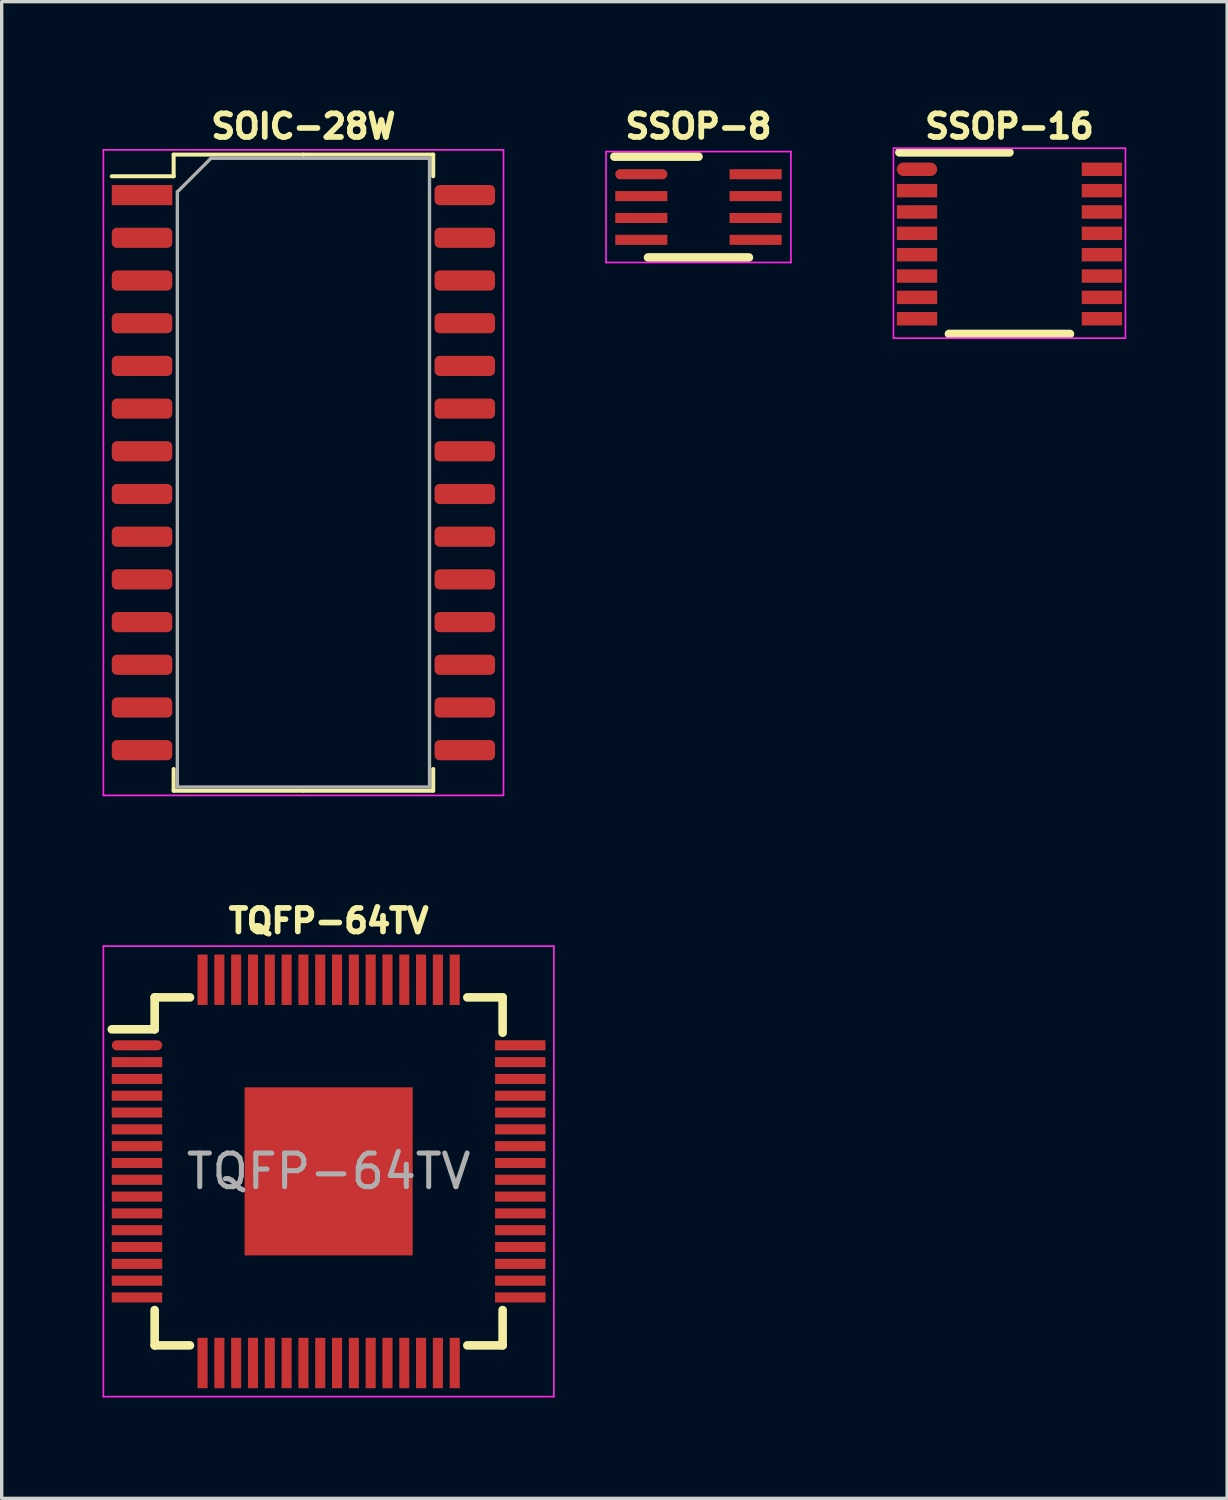
<source format=kicad_pcb>
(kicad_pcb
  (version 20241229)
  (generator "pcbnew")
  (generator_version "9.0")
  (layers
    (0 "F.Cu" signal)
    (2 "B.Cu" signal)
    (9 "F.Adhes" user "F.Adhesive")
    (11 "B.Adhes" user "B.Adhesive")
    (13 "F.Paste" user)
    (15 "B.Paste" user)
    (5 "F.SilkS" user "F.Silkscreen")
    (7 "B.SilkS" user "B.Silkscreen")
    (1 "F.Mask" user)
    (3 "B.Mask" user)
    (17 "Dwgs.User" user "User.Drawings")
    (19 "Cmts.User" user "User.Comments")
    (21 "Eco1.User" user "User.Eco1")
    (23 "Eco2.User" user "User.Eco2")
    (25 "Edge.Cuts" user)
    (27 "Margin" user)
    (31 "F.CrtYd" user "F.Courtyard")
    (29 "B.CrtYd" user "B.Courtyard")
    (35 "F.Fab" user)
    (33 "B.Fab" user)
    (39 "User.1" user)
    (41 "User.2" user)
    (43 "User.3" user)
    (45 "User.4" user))
  (footprint "TQFP-64TV"
    (layer "F.Cu")
    (at 6.725 31.791)
    (property "Reference" "TQFP-64TV" (at 0 -7.45 0) (layer "F.SilkS") (effects (font (size 0.7 0.7) (thickness 0.17))))
    (attr smd)
    (fp_line (start -5.175 -5.175) (end -5.175 -4.225) (stroke (width 0.256) (type solid)) (layer "F.SilkS"))
    (fp_line (start -5.175 -5.175) (end -4.125 -5.175) (stroke (width 0.256) (type solid)) (layer "F.SilkS"))
    (fp_line (start -5.175 -4.225) (end -6.45 -4.225) (stroke (width 0.256) (type solid)) (layer "F.SilkS"))
    (fp_line (start -5.175 5.175) (end -5.175 4.125) (stroke (width 0.256) (type solid)) (layer "F.SilkS"))
    (fp_line (start -5.175 5.175) (end -4.125 5.175) (stroke (width 0.256) (type solid)) (layer "F.SilkS"))
    (fp_line (start 5.175 -5.175) (end 4.125 -5.175) (stroke (width 0.256) (type solid)) (layer "F.SilkS"))
    (fp_line (start 5.175 -5.175) (end 5.175 -4.125) (stroke (width 0.256) (type solid)) (layer "F.SilkS"))
    (fp_line (start 5.175 5.175) (end 4.125 5.175) (stroke (width 0.256) (type solid)) (layer "F.SilkS"))
    (fp_line (start 5.175 5.175) (end 5.175 4.125) (stroke (width 0.256) (type solid)) (layer "F.SilkS"))
    (fp_line (start -6.7 -6.7) (end -6.7 6.7) (stroke (width 0.05) (type solid)) (layer "F.CrtYd"))
    (fp_line (start -6.7 -6.7) (end 6.7 -6.7) (stroke (width 0.05) (type solid)) (layer "F.CrtYd"))
    (fp_line (start -6.7 6.7) (end 6.7 6.7) (stroke (width 0.05) (type solid)) (layer "F.CrtYd"))
    (fp_line (start 6.7 -6.7) (end 6.7 6.7) (stroke (width 0.05) (type solid)) (layer "F.CrtYd"))
    (fp_text user "${REFERENCE}" (at 0 0 0) (layer "F.Fab") (effects (font (size 1 1) (thickness 0.15))))
    (pad "" smd rect (at -1.6 -1.6) (size 1.24 1.24) (layers "F.Paste"))
    (pad "" smd rect (at -1.6 0) (size 1.24 1.24) (layers "F.Paste"))
    (pad "" smd rect (at -1.6 1.6) (size 1.24 1.24) (layers "F.Paste"))
    (pad "" smd rect (at 0 -1.6) (size 1.24 1.24) (layers "F.Paste"))
    (pad "" smd rect (at 0 0) (size 1.24 1.24) (layers "F.Paste"))
    (pad "" smd rect (at 0 1.6) (size 1.24 1.24) (layers "F.Paste"))
    (pad "" smd rect (at 1.6 -1.6) (size 1.24 1.24) (layers "F.Paste"))
    (pad "" smd rect (at 1.6 0) (size 1.24 1.24) (layers "F.Paste"))
    (pad "" smd rect (at 1.6 1.6) (size 1.24 1.24) (layers "F.Paste"))
    (pad "1" smd oval (at -5.7 -3.75) (size 1.5 0.3) (layers "F.Cu" "F.Mask" "F.Paste"))
    (pad "2" smd rect (at -5.7 -3.25) (size 1.5 0.3) (layers "F.Cu" "F.Mask" "F.Paste"))
    (pad "3" smd rect (at -5.7 -2.75) (size 1.5 0.3) (layers "F.Cu" "F.Mask" "F.Paste"))
    (pad "4" smd rect (at -5.7 -2.25) (size 1.5 0.3) (layers "F.Cu" "F.Mask" "F.Paste"))
    (pad "5" smd rect (at -5.7 -1.75) (size 1.5 0.3) (layers "F.Cu" "F.Mask" "F.Paste"))
    (pad "6" smd rect (at -5.7 -1.25) (size 1.5 0.3) (layers "F.Cu" "F.Mask" "F.Paste"))
    (pad "7" smd rect (at -5.7 -0.75) (size 1.5 0.3) (layers "F.Cu" "F.Mask" "F.Paste"))
    (pad "8" smd rect (at -5.7 -0.25) (size 1.5 0.3) (layers "F.Cu" "F.Mask" "F.Paste"))
    (pad "9" smd rect (at -5.7 0.25) (size 1.5 0.3) (layers "F.Cu" "F.Mask" "F.Paste"))
    (pad "10" smd rect (at -5.7 0.75) (size 1.5 0.3) (layers "F.Cu" "F.Mask" "F.Paste"))
    (pad "11" smd rect (at -5.7 1.25) (size 1.5 0.3) (layers "F.Cu" "F.Mask" "F.Paste"))
    (pad "12" smd rect (at -5.7 1.75) (size 1.5 0.3) (layers "F.Cu" "F.Mask" "F.Paste"))
    (pad "13" smd rect (at -5.7 2.25) (size 1.5 0.3) (layers "F.Cu" "F.Mask" "F.Paste"))
    (pad "14" smd rect (at -5.7 2.75) (size 1.5 0.3) (layers "F.Cu" "F.Mask" "F.Paste"))
    (pad "15" smd rect (at -5.7 3.25) (size 1.5 0.3) (layers "F.Cu" "F.Mask" "F.Paste"))
    (pad "16" smd rect (at -5.7 3.75) (size 1.5 0.3) (layers "F.Cu" "F.Mask" "F.Paste"))
    (pad "17" smd rect (at -3.75 5.7 90) (size 1.5 0.3) (layers "F.Cu" "F.Mask" "F.Paste"))
    (pad "18" smd rect (at -3.25 5.7 90) (size 1.5 0.3) (layers "F.Cu" "F.Mask" "F.Paste"))
    (pad "19" smd rect (at -2.75 5.7 90) (size 1.5 0.3) (layers "F.Cu" "F.Mask" "F.Paste"))
    (pad "20" smd rect (at -2.25 5.7 90) (size 1.5 0.3) (layers "F.Cu" "F.Mask" "F.Paste"))
    (pad "21" smd rect (at -1.75 5.7 90) (size 1.5 0.3) (layers "F.Cu" "F.Mask" "F.Paste"))
    (pad "22" smd rect (at -1.25 5.7 90) (size 1.5 0.3) (layers "F.Cu" "F.Mask" "F.Paste"))
    (pad "23" smd rect (at -0.75 5.7 90) (size 1.5 0.3) (layers "F.Cu" "F.Mask" "F.Paste"))
    (pad "24" smd rect (at -0.25 5.7 90) (size 1.5 0.3) (layers "F.Cu" "F.Mask" "F.Paste"))
    (pad "25" smd rect (at 0.25 5.7 90) (size 1.5 0.3) (layers "F.Cu" "F.Mask" "F.Paste"))
    (pad "26" smd rect (at 0.75 5.7 90) (size 1.5 0.3) (layers "F.Cu" "F.Mask" "F.Paste"))
    (pad "27" smd rect (at 1.25 5.7 90) (size 1.5 0.3) (layers "F.Cu" "F.Mask" "F.Paste"))
    (pad "28" smd rect (at 1.75 5.7 90) (size 1.5 0.3) (layers "F.Cu" "F.Mask" "F.Paste"))
    (pad "29" smd rect (at 2.25 5.7 90) (size 1.5 0.3) (layers "F.Cu" "F.Mask" "F.Paste"))
    (pad "30" smd rect (at 2.75 5.7 90) (size 1.5 0.3) (layers "F.Cu" "F.Mask" "F.Paste"))
    (pad "31" smd rect (at 3.25 5.7 90) (size 1.5 0.3) (layers "F.Cu" "F.Mask" "F.Paste"))
    (pad "32" smd rect (at 3.75 5.7 90) (size 1.5 0.3) (layers "F.Cu" "F.Mask" "F.Paste"))
    (pad "33" smd rect (at 5.7 3.75) (size 1.5 0.3) (layers "F.Cu" "F.Mask" "F.Paste"))
    (pad "34" smd rect (at 5.7 3.25) (size 1.5 0.3) (layers "F.Cu" "F.Mask" "F.Paste"))
    (pad "35" smd rect (at 5.7 2.75) (size 1.5 0.3) (layers "F.Cu" "F.Mask" "F.Paste"))
    (pad "36" smd rect (at 5.7 2.25) (size 1.5 0.3) (layers "F.Cu" "F.Mask" "F.Paste"))
    (pad "37" smd rect (at 5.7 1.75) (size 1.5 0.3) (layers "F.Cu" "F.Mask" "F.Paste"))
    (pad "38" smd rect (at 5.7 1.25) (size 1.5 0.3) (layers "F.Cu" "F.Mask" "F.Paste"))
    (pad "39" smd rect (at 5.7 0.75) (size 1.5 0.3) (layers "F.Cu" "F.Mask" "F.Paste"))
    (pad "40" smd rect (at 5.7 0.25) (size 1.5 0.3) (layers "F.Cu" "F.Mask" "F.Paste"))
    (pad "41" smd rect (at 5.7 -0.25) (size 1.5 0.3) (layers "F.Cu" "F.Mask" "F.Paste"))
    (pad "42" smd rect (at 5.7 -0.75) (size 1.5 0.3) (layers "F.Cu" "F.Mask" "F.Paste"))
    (pad "43" smd rect (at 5.7 -1.25) (size 1.5 0.3) (layers "F.Cu" "F.Mask" "F.Paste"))
    (pad "44" smd rect (at 5.7 -1.75) (size 1.5 0.3) (layers "F.Cu" "F.Mask" "F.Paste"))
    (pad "45" smd rect (at 5.7 -2.25) (size 1.5 0.3) (layers "F.Cu" "F.Mask" "F.Paste"))
    (pad "46" smd rect (at 5.7 -2.75) (size 1.5 0.3) (layers "F.Cu" "F.Mask" "F.Paste"))
    (pad "47" smd rect (at 5.7 -3.25) (size 1.5 0.3) (layers "F.Cu" "F.Mask" "F.Paste"))
    (pad "48" smd rect (at 5.7 -3.75) (size 1.5 0.3) (layers "F.Cu" "F.Mask" "F.Paste"))
    (pad "49" smd rect (at 3.75 -5.7 90) (size 1.5 0.3) (layers "F.Cu" "F.Mask" "F.Paste"))
    (pad "50" smd rect (at 3.25 -5.7 90) (size 1.5 0.3) (layers "F.Cu" "F.Mask" "F.Paste"))
    (pad "51" smd rect (at 2.75 -5.7 90) (size 1.5 0.3) (layers "F.Cu" "F.Mask" "F.Paste"))
    (pad "52" smd rect (at 2.25 -5.7 90) (size 1.5 0.3) (layers "F.Cu" "F.Mask" "F.Paste"))
    (pad "53" smd rect (at 1.75 -5.7 90) (size 1.5 0.3) (layers "F.Cu" "F.Mask" "F.Paste"))
    (pad "54" smd rect (at 1.25 -5.7 90) (size 1.5 0.3) (layers "F.Cu" "F.Mask" "F.Paste"))
    (pad "55" smd rect (at 0.75 -5.7 90) (size 1.5 0.3) (layers "F.Cu" "F.Mask" "F.Paste"))
    (pad "56" smd rect (at 0.25 -5.7 90) (size 1.5 0.3) (layers "F.Cu" "F.Mask" "F.Paste"))
    (pad "57" smd rect (at -0.25 -5.7 90) (size 1.5 0.3) (layers "F.Cu" "F.Mask" "F.Paste"))
    (pad "58" smd rect (at -0.75 -5.7 90) (size 1.5 0.3) (layers "F.Cu" "F.Mask" "F.Paste"))
    (pad "59" smd rect (at -1.25 -5.7 90) (size 1.5 0.3) (layers "F.Cu" "F.Mask" "F.Paste"))
    (pad "60" smd rect (at -1.75 -5.7 90) (size 1.5 0.3) (layers "F.Cu" "F.Mask" "F.Paste"))
    (pad "61" smd rect (at -2.25 -5.7 90) (size 1.5 0.3) (layers "F.Cu" "F.Mask" "F.Paste"))
    (pad "62" smd rect (at -2.75 -5.7 90) (size 1.5 0.3) (layers "F.Cu" "F.Mask" "F.Paste"))
    (pad "63" smd rect (at -3.25 -5.7 90) (size 1.5 0.3) (layers "F.Cu" "F.Mask" "F.Paste"))
    (pad "64" smd rect (at -3.75 -5.7 90) (size 1.5 0.3) (layers "F.Cu" "F.Mask" "F.Paste"))
    (pad "65" smd rect (at 0 0) (size 5 5) (layers "F.Cu" "F.Mask")))
  (footprint "SSOP-8"
    (layer "F.Cu")
    (at 17.725 3.108)
    (property "Reference" "SSOP-8" (at 0 -2.4 0) (layer "F.SilkS") (effects (font (size 0.7 0.7) (thickness 0.17))))
    (attr smd)
    (fp_line (start 0 -1.5) (end -2.5 -1.5) (stroke (width 0.256) (type solid)) (layer "F.SilkS"))
    (fp_line (start 1.5 1.5) (end -1.5 1.5) (stroke (width 0.256) (type solid)) (layer "F.SilkS"))
    (fp_line (start 0 -0.3) (end 0 0.3) (stroke (width 0.128) (type solid)) (layer "Eco1.User"))
    (fp_line (start 0.3 0) (end -0.3 0) (stroke (width 0.128) (type solid)) (layer "Eco1.User"))
    (fp_line (start -2.75 -1.65) (end 2.75 -1.65) (stroke (width 0.05) (type solid)) (layer "F.CrtYd"))
    (fp_line (start -2.75 1.65) (end -2.75 -1.65) (stroke (width 0.05) (type solid)) (layer "F.CrtYd"))
    (fp_line (start 2.75 -1.65) (end 2.75 1.65) (stroke (width 0.05) (type solid)) (layer "F.CrtYd"))
    (fp_line (start 2.75 1.65) (end -2.75 1.65) (stroke (width 0.05) (type solid)) (layer "F.CrtYd"))
    (pad "1" smd oval (at -1.7 -0.975 270) (size 0.3 1.55) (layers "F.Cu" "F.Mask" "F.Paste"))
    (pad "2" smd rect (at -1.7 -0.325 270) (size 0.3 1.55) (layers "F.Cu" "F.Mask" "F.Paste"))
    (pad "3" smd rect (at -1.7 0.325 270) (size 0.3 1.55) (layers "F.Cu" "F.Mask" "F.Paste"))
    (pad "4" smd rect (at -1.7 0.975 270) (size 0.3 1.55) (layers "F.Cu" "F.Mask" "F.Paste"))
    (pad "5" smd rect (at 1.7 0.975 270) (size 0.3 1.55) (layers "F.Cu" "F.Mask" "F.Paste"))
    (pad "6" smd rect (at 1.7 0.325 270) (size 0.3 1.55) (layers "F.Cu" "F.Mask" "F.Paste"))
    (pad "7" smd rect (at 1.7 -0.325 270) (size 0.3 1.55) (layers "F.Cu" "F.Mask" "F.Paste"))
    (pad "8" smd rect (at 1.7 -0.975 270) (size 0.3 1.55) (layers "F.Cu" "F.Mask" "F.Paste")))
  (footprint "SOIC-28W"
    (layer "F.Cu")
    (at 5.975 11.008)
    (property "Reference" "SOIC-28W" (at 0 -10.3 0) (layer "F.SilkS") (effects (font (size 0.7 0.7) (thickness 0.17))))
    (attr smd)
    (fp_line (start -3.86 -9.46) (end -3.86 -8.815) (stroke (width 0.12) (type solid)) (layer "F.SilkS"))
    (fp_line (start -3.86 -8.815) (end -5.7 -8.815) (stroke (width 0.12) (type solid)) (layer "F.SilkS"))
    (fp_line (start -3.86 9.46) (end -3.86 8.815) (stroke (width 0.12) (type solid)) (layer "F.SilkS"))
    (fp_line (start 0 -9.46) (end -3.86 -9.46) (stroke (width 0.12) (type solid)) (layer "F.SilkS"))
    (fp_line (start 0 -9.46) (end 3.86 -9.46) (stroke (width 0.12) (type solid)) (layer "F.SilkS"))
    (fp_line (start 0 9.46) (end -3.86 9.46) (stroke (width 0.12) (type solid)) (layer "F.SilkS"))
    (fp_line (start 0 9.46) (end 3.86 9.46) (stroke (width 0.12) (type solid)) (layer "F.SilkS"))
    (fp_line (start 3.86 -9.46) (end 3.86 -8.815) (stroke (width 0.12) (type solid)) (layer "F.SilkS"))
    (fp_line (start 3.86 9.46) (end 3.86 8.815) (stroke (width 0.12) (type solid)) (layer "F.SilkS"))
    (fp_line (start -5.95 -9.6) (end -5.95 9.6) (stroke (width 0.05) (type solid)) (layer "F.CrtYd"))
    (fp_line (start -5.95 9.6) (end 5.95 9.6) (stroke (width 0.05) (type solid)) (layer "F.CrtYd"))
    (fp_line (start 5.95 -9.6) (end -5.95 -9.6) (stroke (width 0.05) (type solid)) (layer "F.CrtYd"))
    (fp_line (start 5.95 9.6) (end 5.95 -9.6) (stroke (width 0.05) (type solid)) (layer "F.CrtYd"))
    (fp_line (start -3.75 -8.35) (end -2.75 -9.35) (stroke (width 0.1) (type solid)) (layer "F.Fab"))
    (fp_line (start -3.75 9.35) (end -3.75 -8.35) (stroke (width 0.1) (type solid)) (layer "F.Fab"))
    (fp_line (start -2.75 -9.35) (end 3.75 -9.35) (stroke (width 0.1) (type solid)) (layer "F.Fab"))
    (fp_line (start 3.75 -9.35) (end 3.75 9.35) (stroke (width 0.1) (type solid)) (layer "F.Fab"))
    (fp_line (start 3.75 9.35) (end -3.75 9.35) (stroke (width 0.1) (type solid)) (layer "F.Fab"))
    (pad "1" smd rect (at -4.8 -8.255) (size 1.8 0.6) (layers "F.Cu" "F.Mask" "F.Paste"))
    (pad "2" smd roundrect (at -4.8 -6.985) (size 1.8 0.6) (layers "F.Cu" "F.Mask" "F.Paste") (roundrect_rratio 0.25))
    (pad "3" smd roundrect (at -4.8 -5.715) (size 1.8 0.6) (layers "F.Cu" "F.Mask" "F.Paste") (roundrect_rratio 0.25))
    (pad "4" smd roundrect (at -4.8 -4.445) (size 1.8 0.6) (layers "F.Cu" "F.Mask" "F.Paste") (roundrect_rratio 0.25))
    (pad "5" smd roundrect (at -4.8 -3.175) (size 1.8 0.6) (layers "F.Cu" "F.Mask" "F.Paste") (roundrect_rratio 0.25))
    (pad "6" smd roundrect (at -4.8 -1.905) (size 1.8 0.6) (layers "F.Cu" "F.Mask" "F.Paste") (roundrect_rratio 0.25))
    (pad "7" smd roundrect (at -4.8 -0.635) (size 1.8 0.6) (layers "F.Cu" "F.Mask" "F.Paste") (roundrect_rratio 0.25))
    (pad "8" smd roundrect (at -4.8 0.635) (size 1.8 0.6) (layers "F.Cu" "F.Mask" "F.Paste") (roundrect_rratio 0.25))
    (pad "9" smd roundrect (at -4.8 1.905) (size 1.8 0.6) (layers "F.Cu" "F.Mask" "F.Paste") (roundrect_rratio 0.25))
    (pad "10" smd roundrect (at -4.8 3.175) (size 1.8 0.6) (layers "F.Cu" "F.Mask" "F.Paste") (roundrect_rratio 0.25))
    (pad "11" smd roundrect (at -4.8 4.445) (size 1.8 0.6) (layers "F.Cu" "F.Mask" "F.Paste") (roundrect_rratio 0.25))
    (pad "12" smd roundrect (at -4.8 5.715) (size 1.8 0.6) (layers "F.Cu" "F.Mask" "F.Paste") (roundrect_rratio 0.25))
    (pad "13" smd roundrect (at -4.8 6.985) (size 1.8 0.6) (layers "F.Cu" "F.Mask" "F.Paste") (roundrect_rratio 0.25))
    (pad "14" smd roundrect (at -4.8 8.255) (size 1.8 0.6) (layers "F.Cu" "F.Mask" "F.Paste") (roundrect_rratio 0.25))
    (pad "15" smd roundrect (at 4.8 8.255) (size 1.8 0.6) (layers "F.Cu" "F.Mask" "F.Paste") (roundrect_rratio 0.25))
    (pad "16" smd roundrect (at 4.8 6.985) (size 1.8 0.6) (layers "F.Cu" "F.Mask" "F.Paste") (roundrect_rratio 0.25))
    (pad "17" smd roundrect (at 4.8 5.715) (size 1.8 0.6) (layers "F.Cu" "F.Mask" "F.Paste") (roundrect_rratio 0.25))
    (pad "18" smd roundrect (at 4.8 4.445) (size 1.8 0.6) (layers "F.Cu" "F.Mask" "F.Paste") (roundrect_rratio 0.25))
    (pad "19" smd roundrect (at 4.8 3.175) (size 1.8 0.6) (layers "F.Cu" "F.Mask" "F.Paste") (roundrect_rratio 0.25))
    (pad "20" smd roundrect (at 4.8 1.905) (size 1.8 0.6) (layers "F.Cu" "F.Mask" "F.Paste") (roundrect_rratio 0.25))
    (pad "21" smd roundrect (at 4.8 0.635) (size 1.8 0.6) (layers "F.Cu" "F.Mask" "F.Paste") (roundrect_rratio 0.25))
    (pad "22" smd roundrect (at 4.8 -0.635) (size 1.8 0.6) (layers "F.Cu" "F.Mask" "F.Paste") (roundrect_rratio 0.25))
    (pad "23" smd roundrect (at 4.8 -1.905) (size 1.8 0.6) (layers "F.Cu" "F.Mask" "F.Paste") (roundrect_rratio 0.25))
    (pad "24" smd roundrect (at 4.8 -3.175) (size 1.8 0.6) (layers "F.Cu" "F.Mask" "F.Paste") (roundrect_rratio 0.25))
    (pad "25" smd roundrect (at 4.8 -4.445) (size 1.8 0.6) (layers "F.Cu" "F.Mask" "F.Paste") (roundrect_rratio 0.25))
    (pad "26" smd roundrect (at 4.8 -5.715) (size 1.8 0.6) (layers "F.Cu" "F.Mask" "F.Paste") (roundrect_rratio 0.25))
    (pad "27" smd roundrect (at 4.8 -6.985) (size 1.8 0.6) (layers "F.Cu" "F.Mask" "F.Paste") (roundrect_rratio 0.25))
    (pad "28" smd roundrect (at 4.8 -8.255) (size 1.8 0.6) (layers "F.Cu" "F.Mask" "F.Paste") (roundrect_rratio 0.25)))
  (footprint "SSOP-16"
    (layer "F.Cu")
    (at 26.975 4.208)
    (property "Reference" "SSOP-16" (at 0 -3.5 0) (layer "F.SilkS") (effects (font (size 0.7 0.7) (thickness 0.17))))
    (attr smd)
    (fp_line (start -3.275 -2.725) (end 0 -2.725) (stroke (width 0.254) (type solid)) (layer "F.SilkS"))
    (fp_line (start -1.8 2.675) (end 1.8 2.675) (stroke (width 0.254) (type solid)) (layer "F.SilkS"))
    (fp_line (start 0 -0.3) (end 0 0.3) (stroke (width 0.128) (type solid)) (layer "Eco1.User"))
    (fp_line (start 0.3 0) (end -0.3 0) (stroke (width 0.128) (type solid)) (layer "Eco1.User"))
    (fp_line (start -3.45 -2.85) (end -3.45 2.8) (stroke (width 0.05) (type solid)) (layer "F.CrtYd"))
    (fp_line (start -3.45 -2.85) (end 3.45 -2.85) (stroke (width 0.05) (type solid)) (layer "F.CrtYd"))
    (fp_line (start -3.45 2.8) (end 3.45 2.8) (stroke (width 0.05) (type solid)) (layer "F.CrtYd"))
    (fp_line (start 3.45 -2.85) (end 3.45 2.8) (stroke (width 0.05) (type solid)) (layer "F.CrtYd"))
    (pad "1" smd oval (at -2.75 -2.223) (size 1.2 0.4) (layers "F.Cu" "F.Mask" "F.Paste"))
    (pad "2" smd rect (at -2.75 -1.587) (size 1.2 0.4) (layers "F.Cu" "F.Mask" "F.Paste"))
    (pad "3" smd rect (at -2.75 -0.953) (size 1.2 0.4) (layers "F.Cu" "F.Mask" "F.Paste"))
    (pad "4" smd rect (at -2.75 -0.318) (size 1.2 0.4) (layers "F.Cu" "F.Mask" "F.Paste"))
    (pad "5" smd rect (at -2.75 0.318) (size 1.2 0.4) (layers "F.Cu" "F.Mask" "F.Paste"))
    (pad "6" smd rect (at -2.75 0.953) (size 1.2 0.4) (layers "F.Cu" "F.Mask" "F.Paste"))
    (pad "7" smd rect (at -2.75 1.587) (size 1.2 0.4) (layers "F.Cu" "F.Mask" "F.Paste"))
    (pad "8" smd rect (at -2.75 2.223) (size 1.2 0.4) (layers "F.Cu" "F.Mask" "F.Paste"))
    (pad "9" smd rect (at 2.75 2.223) (size 1.2 0.4) (layers "F.Cu" "F.Mask" "F.Paste"))
    (pad "10" smd rect (at 2.75 1.587) (size 1.2 0.4) (layers "F.Cu" "F.Mask" "F.Paste"))
    (pad "11" smd rect (at 2.75 0.953) (size 1.2 0.4) (layers "F.Cu" "F.Mask" "F.Paste"))
    (pad "12" smd rect (at 2.75 0.318) (size 1.2 0.4) (layers "F.Cu" "F.Mask" "F.Paste"))
    (pad "13" smd rect (at 2.75 -0.318) (size 1.2 0.4) (layers "F.Cu" "F.Mask" "F.Paste"))
    (pad "14" smd rect (at 2.75 -0.953) (size 1.2 0.4) (layers "F.Cu" "F.Mask" "F.Paste"))
    (pad "15" smd rect (at 2.75 -1.587) (size 1.2 0.4) (layers "F.Cu" "F.Mask" "F.Paste"))
    (pad "16" smd rect (at 2.75 -2.223) (size 1.2 0.4) (layers "F.Cu" "F.Mask" "F.Paste")))
  (gr_rect
    (start -3 -3)
    (end 33.45 41.516)
    (stroke (width 0.1) (type default))
    (fill no)
    (layer "Edge.Cuts")))
</source>
